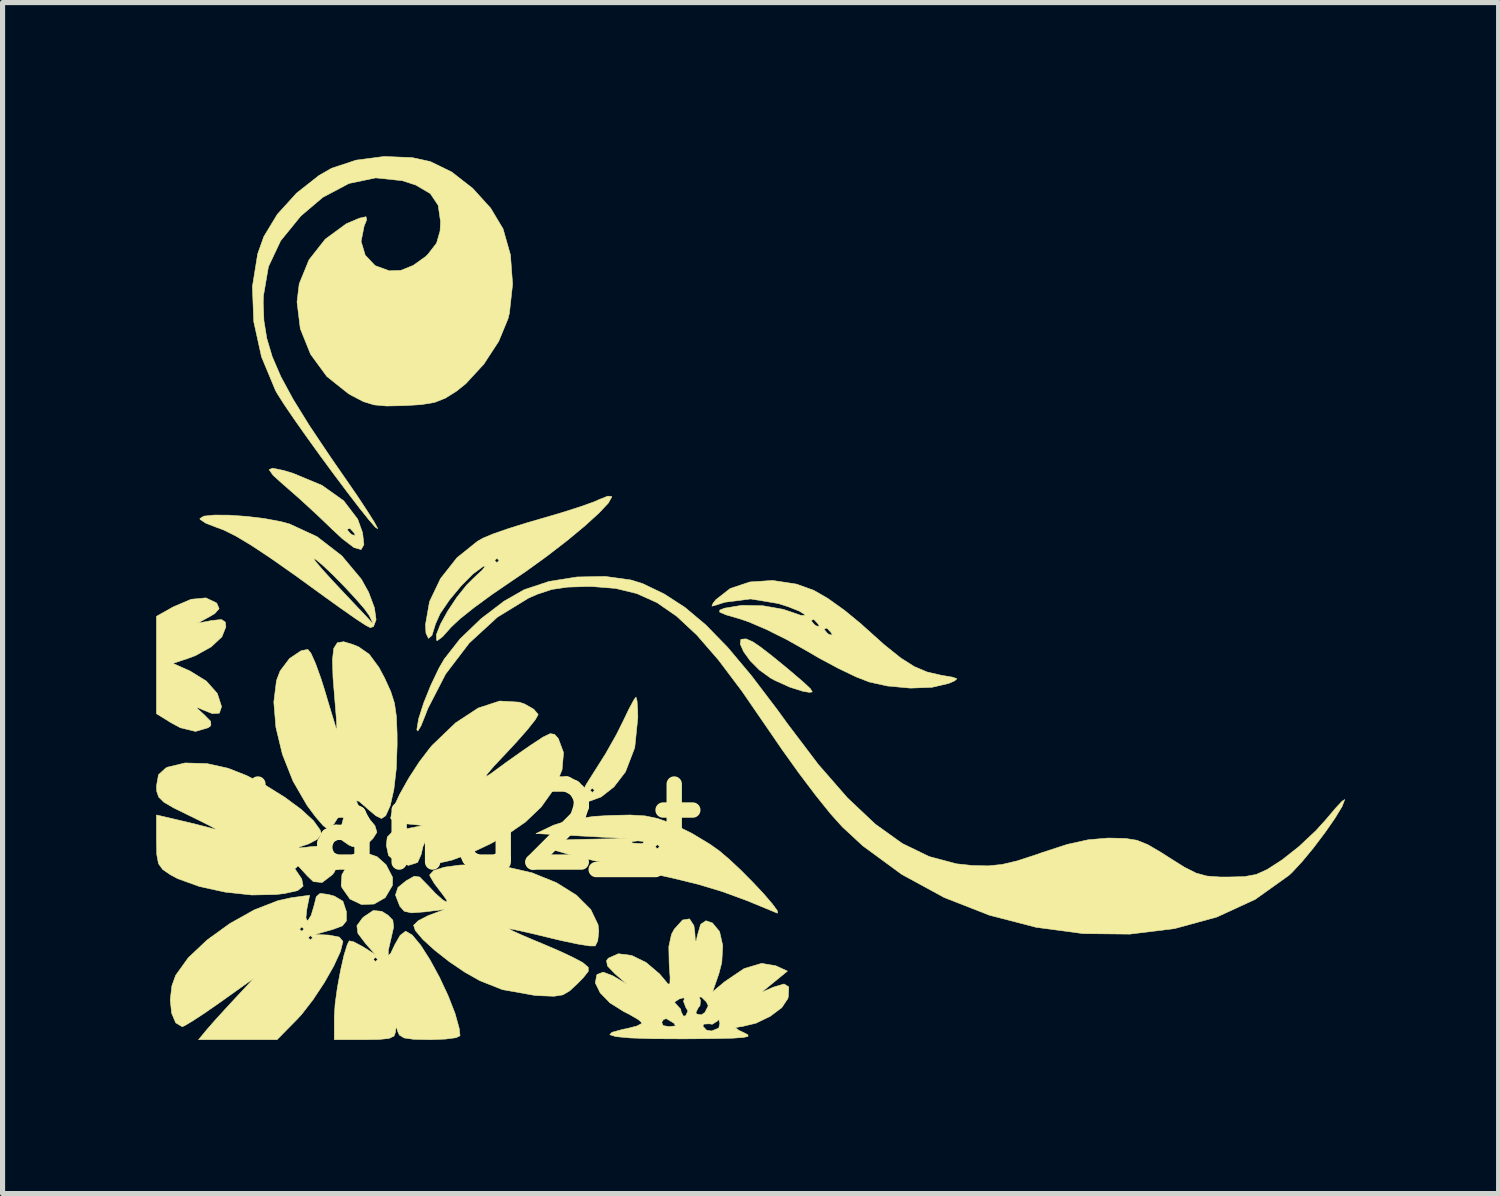
<source format=kicad_pcb>
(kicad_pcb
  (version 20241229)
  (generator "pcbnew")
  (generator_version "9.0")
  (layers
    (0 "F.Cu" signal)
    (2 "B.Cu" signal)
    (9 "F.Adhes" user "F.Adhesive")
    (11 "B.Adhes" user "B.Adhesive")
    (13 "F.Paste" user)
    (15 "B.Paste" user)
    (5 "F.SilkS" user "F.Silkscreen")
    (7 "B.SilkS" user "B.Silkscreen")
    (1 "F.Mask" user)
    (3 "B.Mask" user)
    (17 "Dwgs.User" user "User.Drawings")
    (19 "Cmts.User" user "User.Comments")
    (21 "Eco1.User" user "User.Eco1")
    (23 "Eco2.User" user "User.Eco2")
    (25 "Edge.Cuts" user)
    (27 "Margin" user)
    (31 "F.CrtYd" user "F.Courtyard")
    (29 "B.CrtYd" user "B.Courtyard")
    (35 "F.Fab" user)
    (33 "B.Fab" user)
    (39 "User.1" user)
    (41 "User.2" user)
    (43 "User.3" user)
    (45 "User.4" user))
  (footprint "hana2_t"
    (layer "F.Cu")
    (at 6.122 13.092)
    (property "Reference" "hana2_t" (at 0 0 0) (layer "F.SilkS") (effects (font (size 1.524 1.524) (thickness 0.3))))
    (attr through_hole)
    (fp_poly (pts (xy -2.339 1.411) (xy -2.496 1.188) (xy -2.511 1.143) (xy -2.496 0.934) (xy -2.37 0.721) (xy -2.179 0.563) (xy -2.01 0.516) (xy -1.81 0.584) (xy -1.634 0.741) (xy -1.507 0.987) (xy -1.509 1.143) (xy -1.651 1.384) (xy -1.869 1.509) (xy -2.114 1.518) (xy -2.339 1.411)) (stroke (width 0.01) (type solid)) (fill yes) (layer "F.SilkS"))
    (fp_poly (pts (xy 6.504 -2.645) (xy 6.246 -2.727) (xy 5.953 -2.86) (xy 5.869 -2.906) (xy 5.652 -3.063) (xy 5.473 -3.243) (xy 5.345 -3.421) (xy 5.281 -3.568) (xy 5.293 -3.66) (xy 5.394 -3.669) (xy 5.527 -3.611) (xy 5.668 -3.515) (xy 5.894 -3.341) (xy 6.164 -3.121) (xy 6.245 -3.053) (xy 6.507 -2.83) (xy 6.65 -2.696) (xy 6.688 -2.633) (xy 6.631 -2.624) (xy 6.504 -2.645)) (stroke (width 0.01) (type solid)) (fill yes) (layer "F.SilkS"))
    (fp_poly (pts (xy 2.167 -0.542) (xy 2.158 -0.551) (xy 2.176 -0.641) (xy 2.274 -0.828) (xy 2.429 -1.074) (xy 2.439 -1.089) (xy 2.655 -1.431) (xy 2.867 -1.807) (xy 2.99 -2.054) (xy 3.11 -2.303) (xy 3.203 -2.476) (xy 3.245 -2.532) (xy 3.266 -2.456) (xy 3.279 -2.263) (xy 3.281 -2.13) (xy 3.221 -1.544) (xy 3.04 -1.072) (xy 2.815 -0.779) (xy 2.73 -0.712) (xy 2.435 -0.712) (xy 2.392 -0.754) (xy 2.35 -0.712) (xy 2.392 -0.669) (xy 2.435 -0.712) (xy 2.73 -0.712) (xy 2.564 -0.582) (xy 2.337 -0.499) (xy 2.167 -0.542)) (stroke (width 0.01) (type solid)) (fill yes) (layer "F.SilkS"))
    (fp_poly (pts (xy -2.261 -5.451) (xy -2.492 -5.627) (xy -2.694 -5.816) (xy -3 -6.108) (xy -3.328 -6.409) (xy -3.609 -6.655) (xy -3.619 -6.663) (xy -3.839 -6.861) (xy -3.918 -6.972) (xy -3.851 -7.002) (xy -3.635 -6.957) (xy -3.45 -6.901) (xy -2.885 -6.666) (xy -2.462 -6.365) (xy -2.188 -6.006) (xy -2.094 -5.743) (xy -2.087 -5.689) (xy -2.236 -5.689) (xy -2.256 -5.736) (xy -2.341 -5.827) (xy -2.391 -5.809) (xy -2.391 -5.797) (xy -2.331 -5.725) (xy -2.294 -5.699) (xy -2.236 -5.689) (xy -2.087 -5.689) (xy -2.067 -5.509) (xy -2.121 -5.412) (xy -2.261 -5.451)) (stroke (width 0.01) (type solid)) (fill yes) (layer "F.SilkS"))
    (fp_poly (pts (xy -5.651 -1.933) (xy -5.832 -2.031) (xy -6.117 -2.207) (xy -6.117 -4.109) (xy -5.788 -4.294) (xy -5.44 -4.442) (xy -5.152 -4.469) (xy -4.95 -4.373) (xy -4.936 -4.358) (xy -4.894 -4.258) (xy -4.977 -4.164) (xy -5.074 -4.106) (xy -5.312 -3.976) (xy -5.037 -4.027) (xy -4.848 -4.047) (xy -4.773 -3.996) (xy -4.762 -3.903) (xy -4.839 -3.709) (xy -5.048 -3.513) (xy -5.352 -3.344) (xy -5.496 -3.289) (xy -5.796 -3.19) (xy -5.46 -3.04) (xy -5.143 -2.844) (xy -4.928 -2.602) (xy -4.847 -2.349) (xy -4.847 -2.344) (xy -4.889 -2.218) (xy -5.026 -2.209) (xy -5.212 -2.283) (xy -5.323 -2.332) (xy -5.312 -2.302) (xy -5.19 -2.192) (xy -5.059 -2.059) (xy -5.055 -1.976) (xy -5.105 -1.935) (xy -5.354 -1.861) (xy -5.651 -1.933)) (stroke (width 0.01) (type solid)) (fill yes) (layer "F.SilkS"))
    (fp_poly (pts (xy -2.035 -3.936) (xy -2.232 -4.065) (xy -2.505 -4.256) (xy -2.815 -4.478) (xy -3.409 -4.909) (xy -3.887 -5.245) (xy -4.268 -5.497) (xy -4.567 -5.676) (xy -4.802 -5.793) (xy -4.952 -5.849) (xy -5.154 -5.927) (xy -5.264 -6) (xy -5.27 -6.017) (xy -5.193 -6.065) (xy -4.989 -6.086) (xy -4.697 -6.084) (xy -4.356 -6.06) (xy -4.007 -6.018) (xy -3.688 -5.958) (xy -3.522 -5.914) (xy -2.982 -5.664) (xy -2.499 -5.291) (xy -2.117 -4.834) (xy -1.975 -4.579) (xy -1.861 -4.275) (xy -1.829 -4.042) (xy -1.856 -3.971) (xy -1.896 -3.971) (xy -1.902 -4.002) (xy -1.961 -4.122) (xy -2.056 -4.255) (xy -2.228 -4.453) (xy -2.442 -4.684) (xy -2.665 -4.911) (xy -2.865 -5.101) (xy -3.006 -5.219) (xy -3.05 -5.241) (xy -3.015 -5.185) (xy -2.886 -5.032) (xy -2.684 -4.809) (xy -2.514 -4.628) (xy -2.265 -4.364) (xy -2.061 -4.148) (xy -1.93 -4.008) (xy -1.896 -3.971) (xy -1.856 -3.971) (xy -1.88 -3.908) (xy -1.944 -3.888) (xy -2.035 -3.936)) (stroke (width 0.01) (type solid)) (fill yes) (layer "F.SilkS"))
    (fp_poly (pts (xy 5.991 1.681) (xy 5.417 1.444) (xy 4.929 1.265) (xy 4.461 1.124) (xy 3.949 0.999) (xy 3.799 0.966) (xy 3.019 0.796) (xy 2.4 0.655) (xy 1.936 0.54) (xy 1.62 0.448) (xy 1.446 0.377) (xy 1.41 0.324) (xy 1.505 0.287) (xy 1.725 0.262) (xy 2.064 0.248) (xy 2.185 0.245) (xy 3.07 0.229) (xy 1.292 0.133) (xy 1.63 -0.029) (xy 1.964 -0.137) (xy 2.429 -0.203) (xy 2.731 -0.221) (xy 3.13 -0.23) (xy 3.421 -0.213) (xy 3.667 -0.162) (xy 3.928 -0.068) (xy 3.985 -0.045) (xy 4.335 0.128) (xy 4.6 0.287) (xy 3.398 0.287) (xy 3.281 0.275) (xy 3.161 0.289) (xy 3.175 0.318) (xy 3.349 0.329) (xy 3.387 0.318) (xy 3.398 0.287) (xy 4.6 0.287) (xy 4.692 0.343) (xy 4.757 0.389) (xy 3.705 0.389) (xy 3.662 0.347) (xy 3.62 0.389) (xy 3.662 0.431) (xy 3.705 0.389) (xy 4.757 0.389) (xy 4.87 0.469) (xy 5.07 0.639) (xy 5.297 0.852) (xy 5.528 1.085) (xy 5.738 1.309) (xy 5.904 1.502) (xy 6.003 1.636) (xy 6.011 1.686) (xy 5.991 1.681)) (stroke (width 0.01) (type solid)) (fill yes) (layer "F.SilkS"))
    (fp_poly (pts (xy -0.648 -3.639) (xy -0.652 -3.752) (xy -0.572 -3.956) (xy -0.431 -4.211) (xy -0.253 -4.479) (xy -0.061 -4.72) (xy 0.074 -4.854) (xy 0.239 -5.007) (xy 0.305 -5.089) (xy 0.263 -5.084) (xy 0.063 -4.937) (xy -0.171 -4.701) (xy -0.398 -4.427) (xy -0.579 -4.162) (xy -0.671 -3.956) (xy -0.672 -3.951) (xy -0.739 -3.735) (xy -0.806 -3.678) (xy -0.855 -3.779) (xy -0.865 -3.945) (xy -0.786 -4.396) (xy -0.571 -4.846) (xy -0.25 -5.253) (xy 0.15 -5.574) (xy 0.263 -5.638) (xy 0.456 -5.718) (xy 0.764 -5.825) (xy 1.14 -5.942) (xy 1.409 -6.02) (xy 1.799 -6.134) (xy 2.152 -6.247) (xy 2.42 -6.342) (xy 2.531 -6.391) (xy 2.695 -6.456) (xy 2.772 -6.448) (xy 2.773 -6.442) (xy 2.707 -6.322) (xy 2.524 -6.127) (xy 2.248 -5.876) (xy 1.901 -5.588) (xy 1.508 -5.285) (xy 1.39 -5.199) (xy 0.572 -5.199) (xy 0.53 -5.241) (xy 0.487 -5.199) (xy 0.53 -5.157) (xy 0.572 -5.199) (xy 1.39 -5.199) (xy 1.092 -4.984) (xy 0.813 -4.795) (xy 0.431 -4.534) (xy 0.084 -4.28) (xy -0.194 -4.058) (xy -0.369 -3.894) (xy -0.389 -3.87) (xy -0.532 -3.71) (xy -0.63 -3.637) (xy -0.648 -3.639)) (stroke (width 0.01) (type solid)) (fill yes) (layer "F.SilkS"))
    (fp_poly (pts (xy -2.645 3.709) (xy -2.629 3.457) (xy -2.585 3.14) (xy -2.524 2.809) (xy -2.457 2.512) (xy -2.391 2.299) (xy -2.353 2.227) (xy -2.268 2.246) (xy -2.103 2.333) (xy -2.081 2.346) (xy -1.841 2.497) (xy -2.031 2.284) (xy -2.184 2.082) (xy -2.204 1.932) (xy -2.097 1.784) (xy -2.067 1.757) (xy -1.884 1.634) (xy -1.718 1.651) (xy -1.595 1.728) (xy -1.502 1.824) (xy -1.487 1.959) (xy -1.534 2.167) (xy -1.59 2.411) (xy -1.592 2.515) (xy -1.544 2.472) (xy -1.461 2.297) (xy -1.359 2.12) (xy -1.255 2.04) (xy -1.248 2.04) (xy -1.123 2.114) (xy -0.959 2.312) (xy -0.781 2.59) (xy -1.799 2.59) (xy -1.841 2.548) (xy -1.883 2.59) (xy -1.841 2.633) (xy -1.799 2.59) (xy -0.781 2.59) (xy -0.775 2.6) (xy -0.59 2.941) (xy -0.421 3.302) (xy -0.287 3.646) (xy -0.206 3.938) (xy -0.19 4.08) (xy -0.267 4.118) (xy -0.471 4.145) (xy -0.758 4.157) (xy -0.776 4.157) (xy -1.095 4.15) (xy -1.282 4.123) (xy -1.374 4.067) (xy -1.402 4.008) (xy -1.434 3.904) (xy -1.447 3.964) (xy -1.45 4.008) (xy -1.479 4.087) (xy -1.577 4.133) (xy -1.779 4.153) (xy -2.053 4.157) (xy -2.645 4.157) (xy -2.645 3.709)) (stroke (width 0.01) (type solid)) (fill yes) (layer "F.SilkS"))
    (fp_poly (pts (xy -1.423 0.698) (xy -1.587 0.561) (xy -1.629 0.359) (xy -1.611 0.201) (xy -1.527 0.114) (xy -1.329 0.057) (xy -1.27 0.045) (xy -0.91 -0.025) (xy -1.227 -0.056) (xy -1.431 -0.096) (xy -1.539 -0.156) (xy -1.545 -0.172) (xy -1.497 -0.357) (xy -1.37 -0.631) (xy -1.191 -0.95) (xy -0.983 -1.27) (xy -0.773 -1.545) (xy -0.733 -1.591) (xy -0.277 -2.029) (xy 0.164 -2.318) (xy 0.582 -2.455) (xy 0.966 -2.433) (xy 1.069 -2.398) (xy 1.248 -2.296) (xy 1.333 -2.197) (xy 1.334 -2.188) (xy 1.279 -2.09) (xy 1.129 -1.901) (xy 0.91 -1.652) (xy 0.72 -1.448) (xy 0.468 -1.18) (xy 0.335 -1.024) (xy 0.316 -0.978) (xy 0.41 -1.036) (xy 0.445 -1.062) (xy 0.719 -1.263) (xy 1.039 -1.489) (xy 1.199 -1.599) (xy 1.432 -1.752) (xy 1.57 -1.818) (xy 1.655 -1.805) (xy 1.727 -1.725) (xy 1.728 -1.724) (xy 1.831 -1.448) (xy 1.802 -1.113) (xy 1.653 -0.749) (xy 1.394 -0.386) (xy 1.087 -0.093) (xy 0.778 0.121) (xy 0.4 0.334) (xy 0.006 0.519) (xy -0.348 0.651) (xy -0.571 0.701) (xy -0.743 0.691) (xy -0.818 0.597) (xy -0.806 0.394) (xy -0.751 0.177) (xy -0.691 -0.034) (xy -0.818 0.177) (xy -0.914 0.385) (xy -0.949 0.54) (xy -1.019 0.697) (xy -1.193 0.753) (xy -1.423 0.698)) (stroke (width 0.01) (type solid)) (fill yes) (layer "F.SilkS"))
    (fp_poly (pts (xy -4.776 1.276) (xy -5.279 1.166) (xy -5.702 1.013) (xy -5.842 0.939) (xy -5.996 0.834) (xy -6.078 0.72) (xy -6.111 0.544) (xy -6.117 0.271) (xy -6.117 -0.231) (xy -5.63 -0.117) (xy -5.334 -0.046) (xy -5.084 0.018) (xy -4.974 0.05) (xy -4.966 0.041) (xy -5.089 -0.027) (xy -5.316 -0.141) (xy -5.46 -0.211) (xy -5.779 -0.367) (xy -5.974 -0.481) (xy -6.074 -0.58) (xy -6.112 -0.69) (xy -6.117 -0.795) (xy -6.078 -1.016) (xy -5.937 -1.146) (xy -5.901 -1.164) (xy -5.558 -1.246) (xy -5.132 -1.234) (xy -4.72 -1.143) (xy -4.359 -1.001) (xy -3.98 -0.805) (xy -3.615 -0.578) (xy -3.295 -0.342) (xy -3.052 -0.119) (xy -2.917 0.069) (xy -2.899 0.14) (xy -2.972 0.242) (xy -3.149 0.335) (xy -3.175 0.344) (xy -3.333 0.396) (xy -3.35 0.414) (xy -3.215 0.402) (xy -3.089 0.387) (xy -2.854 0.371) (xy -2.726 0.411) (xy -2.643 0.53) (xy -2.631 0.557) (xy -2.579 0.743) (xy -2.65 0.895) (xy -2.687 0.939) (xy -2.882 1.088) (xy -3.055 1.071) (xy -3.17 0.961) (xy -3.329 0.787) (xy -3.447 0.685) (xy -3.543 0.619) (xy -3.537 0.653) (xy -3.427 0.801) (xy -3.426 0.803) (xy -3.281 1.018) (xy -3.254 1.159) (xy -3.362 1.247) (xy -3.617 1.303) (xy -3.784 1.323) (xy -4.257 1.332) (xy -4.776 1.276)) (stroke (width 0.01) (type solid)) (fill yes) (layer "F.SilkS"))
    (fp_poly (pts (xy -5.138 3.966) (xy -4.996 3.803) (xy -4.787 3.573) (xy -4.596 3.366) (xy -4.212 2.955) (xy -4.877 3.429) (xy -5.17 3.633) (xy -5.413 3.792) (xy -5.573 3.887) (xy -5.615 3.903) (xy -5.741 3.829) (xy -5.821 3.639) (xy -5.848 3.381) (xy -5.816 3.105) (xy -5.743 2.901) (xy -5.497 2.558) (xy -5.129 2.211) (xy -4.684 1.889) (xy -4.207 1.622) (xy -3.741 1.441) (xy -3.484 1.385) (xy -3.127 1.337) (xy -3.181 1.608) (xy -3.199 1.777) (xy -3.171 1.838) (xy -3.163 1.834) (xy -3.096 1.727) (xy -3.039 1.534) (xy -2.996 1.363) (xy -2.922 1.3) (xy -2.765 1.321) (xy -2.645 1.353) (xy -2.477 1.453) (xy -2.409 1.657) (xy -2.408 1.668) (xy -2.409 1.839) (xy -2.487 1.935) (xy -2.657 1.998) (xy -3.238 1.998) (xy -3.28 1.955) (xy -3.323 1.998) (xy -3.28 2.04) (xy -3.238 1.998) (xy -2.657 1.998) (xy -2.683 2.007) (xy -2.705 2.013) (xy -3.026 2.103) (xy -2.751 2.114) (xy -2.548 2.154) (xy -2.537 2.167) (xy -3.069 2.167) (xy -3.111 2.125) (xy -3.153 2.167) (xy -3.111 2.209) (xy -3.069 2.167) (xy -2.537 2.167) (xy -2.476 2.238) (xy -2.525 2.435) (xy -2.656 2.719) (xy -2.842 3.046) (xy -3.059 3.374) (xy -3.279 3.659) (xy -3.373 3.761) (xy -3.763 4.157) (xy -5.296 4.157) (xy -5.138 3.966)) (stroke (width 0.01) (type solid)) (fill yes) (layer "F.SilkS"))
    (fp_poly (pts (xy -2.285 0.389) (xy -2.358 0.358) (xy -2.515 0.25) (xy -2.536 0.103) (xy -2.528 0.069) (xy -2.448 -0.238) (xy -2.415 -0.397) (xy -2.43 -0.419) (xy -2.492 -0.32) (xy -2.531 -0.246) (xy -2.65 -0.059) (xy -2.752 0.041) (xy -2.772 0.046) (xy -2.861 -0.021) (xy -3.009 -0.192) (xy -3.176 -0.416) (xy -3.452 -0.893) (xy -3.658 -1.414) (xy -3.785 -1.941) (xy -3.826 -2.435) (xy -3.774 -2.856) (xy -3.703 -3.042) (xy -3.52 -3.285) (xy -3.295 -3.436) (xy -3.162 -3.463) (xy -3.101 -3.388) (xy -3.01 -3.185) (xy -2.905 -2.892) (xy -2.851 -2.723) (xy -2.75 -2.386) (xy -2.666 -2.109) (xy -2.613 -1.933) (xy -2.602 -1.897) (xy -2.596 -1.931) (xy -2.604 -2.098) (xy -2.626 -2.365) (xy -2.629 -2.405) (xy -2.67 -2.907) (xy -2.681 -3.26) (xy -2.656 -3.483) (xy -2.585 -3.594) (xy -2.461 -3.613) (xy -2.277 -3.557) (xy -2.169 -3.512) (xy -1.964 -3.369) (xy -1.774 -3.112) (xy -1.661 -2.9) (xy -1.543 -2.641) (xy -1.47 -2.412) (xy -1.433 -2.156) (xy -1.419 -1.816) (xy -1.418 -1.601) (xy -1.435 -1.133) (xy -1.482 -0.728) (xy -1.553 -0.412) (xy -1.642 -0.215) (xy -1.724 -0.161) (xy -1.835 -0.216) (xy -1.995 -0.35) (xy -2.014 -0.369) (xy -2.163 -0.498) (xy -2.217 -0.508) (xy -2.177 -0.418) (xy -2.044 -0.249) (xy -2.01 -0.212) (xy -1.852 -0.022) (xy -1.813 0.107) (xy -1.891 0.23) (xy -1.968 0.305) (xy -2.123 0.406) (xy -2.285 0.389)) (stroke (width 0.01) (type solid)) (fill yes) (layer "F.SilkS"))
    (fp_poly (pts (xy 8.151 -2.749) (xy 7.798 -2.827) (xy 7.544 -2.926) (xy 7.201 -3.09) (xy 6.82 -3.294) (xy 6.577 -3.436) (xy 6.188 -3.655) (xy 5.789 -3.854) (xy 5.438 -4.004) (xy 5.271 -4.06) (xy 5.003 -4.138) (xy 4.88 -4.19) (xy 4.881 -4.23) (xy 4.975 -4.268) (xy 5.315 -4.324) (xy 5.725 -4.315) (xy 6.118 -4.246) (xy 6.281 -4.191) (xy 6.461 -4.129) (xy 6.542 -4.127) (xy 6.54 -4.143) (xy 6.437 -4.209) (xy 6.222 -4.295) (xy 6.022 -4.359) (xy 5.484 -4.448) (xy 4.98 -4.384) (xy 4.82 -4.332) (xy 4.727 -4.307) (xy 4.751 -4.366) (xy 4.805 -4.434) (xy 5.086 -4.653) (xy 5.469 -4.78) (xy 5.914 -4.809) (xy 6.379 -4.738) (xy 6.717 -4.616) (xy 6.988 -4.46) (xy 7.315 -4.227) (xy 7.634 -3.965) (xy 7.691 -3.913) (xy 7.693 -3.911) (xy 6.824 -3.911) (xy 6.803 -3.958) (xy 6.718 -4.049) (xy 6.669 -4.03) (xy 6.668 -4.019) (xy 6.728 -3.947) (xy 6.766 -3.921) (xy 6.824 -3.911) (xy 7.693 -3.911) (xy 7.882 -3.742) (xy 7.078 -3.742) (xy 7.057 -3.789) (xy 6.972 -3.88) (xy 6.923 -3.861) (xy 6.922 -3.849) (xy 6.982 -3.778) (xy 7.02 -3.752) (xy 7.078 -3.742) (xy 7.882 -3.742) (xy 8.093 -3.553) (xy 8.412 -3.297) (xy 8.68 -3.127) (xy 8.928 -3.022) (xy 9.188 -2.962) (xy 9.189 -2.961) (xy 9.425 -2.921) (xy 9.511 -2.89) (xy 9.466 -2.849) (xy 9.351 -2.799) (xy 9.024 -2.723) (xy 8.603 -2.707) (xy 8.151 -2.749)) (stroke (width 0.01) (type solid)) (fill yes) (layer "F.SilkS"))
    (fp_poly (pts (xy 1.38 3.299) (xy 1.266 3.292) (xy 0.635 3.179) (xy 0.198 3.006) (xy -0.096 2.84) (xy -0.401 2.633) (xy -0.685 2.41) (xy -0.916 2.2) (xy -1.063 2.026) (xy -1.097 1.923) (xy -1.004 1.833) (xy -0.814 1.735) (xy -0.776 1.721) (xy -0.486 1.613) (xy -0.883 1.662) (xy -1.136 1.681) (xy -1.278 1.65) (xy -1.362 1.556) (xy -1.37 1.542) (xy -1.451 1.332) (xy -1.402 1.184) (xy -1.242 1.054) (xy -1.084 0.965) (xy -0.978 0.981) (xy -0.846 1.115) (xy -0.839 1.122) (xy -0.668 1.303) (xy -0.531 1.425) (xy -0.45 1.473) (xy -0.448 1.434) (xy -0.548 1.295) (xy -0.551 1.293) (xy -0.694 1.104) (xy -0.775 0.966) (xy -0.783 0.939) (xy -0.705 0.854) (xy -0.496 0.789) (xy -0.195 0.748) (xy 0.161 0.736) (xy 0.533 0.757) (xy 0.676 0.775) (xy 1.216 0.899) (xy 1.693 1.092) (xy 2.083 1.336) (xy 2.362 1.615) (xy 2.505 1.913) (xy 2.519 2.038) (xy 2.498 2.229) (xy 2.449 2.327) (xy 2.342 2.327) (xy 2.11 2.29) (xy 1.793 2.223) (xy 1.582 2.173) (xy 1.24 2.09) (xy 0.967 2.028) (xy 0.799 1.994) (xy 0.764 1.992) (xy 0.828 2.029) (xy 1.013 2.113) (xy 1.286 2.229) (xy 1.403 2.277) (xy 1.73 2.417) (xy 2.01 2.548) (xy 2.196 2.646) (xy 2.222 2.664) (xy 2.313 2.744) (xy 2.314 2.823) (xy 2.215 2.948) (xy 2.108 3.057) (xy 1.952 3.203) (xy 1.817 3.282) (xy 1.645 3.309) (xy 1.38 3.299)) (stroke (width 0.01) (type solid)) (fill yes) (layer "F.SilkS"))
    (fp_poly (pts (xy -1.844 -5.849) (xy -1.97 -5.994) (xy -2.158 -6.229) (xy -2.391 -6.533) (xy -2.652 -6.881) (xy -2.923 -7.249) (xy -3.186 -7.614) (xy -3.424 -7.952) (xy -3.621 -8.241) (xy -3.757 -8.455) (xy -3.792 -8.516) (xy -4.066 -9.174) (xy -4.218 -9.863) (xy -4.244 -10.547) (xy -4.141 -11.186) (xy -4.021 -11.523) (xy -3.758 -11.957) (xy -3.381 -12.372) (xy -2.943 -12.717) (xy -2.698 -12.857) (xy -2.221 -13.015) (xy -1.672 -13.087) (xy -1.125 -13.065) (xy -0.771 -12.988) (xy -0.354 -12.785) (xy 0.056 -12.466) (xy 0.408 -12.078) (xy 0.65 -11.674) (xy 0.794 -11.167) (xy 0.836 -10.594) (xy 0.774 -10.029) (xy 0.747 -9.919) (xy 0.565 -9.478) (xy 0.275 -9.033) (xy -0.077 -8.651) (xy -0.26 -8.504) (xy -0.479 -8.367) (xy -0.688 -8.285) (xy -0.948 -8.242) (xy -1.276 -8.222) (xy -1.625 -8.215) (xy -1.869 -8.237) (xy -2.075 -8.3) (xy -2.306 -8.42) (xy -2.369 -8.456) (xy -2.79 -8.791) (xy -3.109 -9.227) (xy -3.309 -9.725) (xy -3.373 -10.247) (xy -3.33 -10.601) (xy -3.139 -11.069) (xy -2.821 -11.473) (xy -2.412 -11.773) (xy -2.156 -11.882) (xy -2.026 -11.911) (xy -2.013 -11.85) (xy -2.062 -11.731) (xy -2.122 -11.429) (xy -2.041 -11.159) (xy -1.848 -10.956) (xy -1.572 -10.855) (xy -1.348 -10.863) (xy -1.105 -10.96) (xy -0.862 -11.133) (xy -0.819 -11.175) (xy -0.649 -11.394) (xy -0.58 -11.632) (xy -0.571 -11.816) (xy -0.617 -12.133) (xy -0.77 -12.362) (xy -1.054 -12.529) (xy -1.316 -12.614) (xy -1.837 -12.669) (xy -2.359 -12.56) (xy -2.87 -12.289) (xy -3.299 -11.925) (xy -3.692 -11.442) (xy -3.931 -10.935) (xy -4.028 -10.369) (xy -4.033 -10.237) (xy -4.019 -9.88) (xy -3.963 -9.535) (xy -3.857 -9.179) (xy -3.689 -8.789) (xy -3.449 -8.346) (xy -3.128 -7.827) (xy -2.715 -7.211) (xy -2.443 -6.818) (xy -2.204 -6.472) (xy -2.006 -6.172) (xy -1.865 -5.949) (xy -1.801 -5.829) (xy -1.799 -5.82) (xy -1.844 -5.849)) (stroke (width 0.01) (type solid)) (fill yes) (layer "F.SilkS"))
    (fp_poly (pts (xy 11.977 2.086) (xy 11.057 1.963) (xy 10.146 1.727) (xy 9.264 1.382) (xy 8.433 0.929) (xy 7.672 0.371) (xy 7.273 0.001) (xy 7.047 -0.25) (xy 6.758 -0.609) (xy 6.432 -1.04) (xy 6.097 -1.508) (xy 5.833 -1.893) (xy 5.316 -2.645) (xy 4.856 -3.256) (xy 4.436 -3.74) (xy 4.041 -4.109) (xy 3.655 -4.376) (xy 3.262 -4.553) (xy 2.846 -4.654) (xy 2.391 -4.69) (xy 2.308 -4.691) (xy 1.908 -4.679) (xy 1.603 -4.634) (xy 1.319 -4.54) (xy 1.146 -4.464) (xy 0.54 -4.093) (xy -0.009 -3.589) (xy -0.471 -2.983) (xy -0.818 -2.31) (xy -0.868 -2.181) (xy -0.953 -1.969) (xy -1.014 -1.87) (xy -1.034 -1.897) (xy -0.998 -2.11) (xy -0.9 -2.417) (xy -0.761 -2.762) (xy -0.603 -3.093) (xy -0.497 -3.276) (xy -0.19 -3.668) (xy 0.219 -4.061) (xy 0.67 -4.405) (xy 1.062 -4.629) (xy 1.542 -4.789) (xy 2.09 -4.877) (xy 2.644 -4.888) (xy 3.145 -4.819) (xy 3.374 -4.748) (xy 3.795 -4.546) (xy 4.201 -4.283) (xy 4.608 -3.941) (xy 5.034 -3.504) (xy 5.496 -2.954) (xy 6.011 -2.276) (xy 6.196 -2.02) (xy 6.806 -1.215) (xy 7.375 -0.563) (xy 7.917 -0.052) (xy 8.444 0.326) (xy 8.969 0.581) (xy 9.503 0.723) (xy 9.81 0.756) (xy 10.117 0.763) (xy 10.39 0.736) (xy 10.687 0.666) (xy 11.067 0.542) (xy 11.17 0.505) (xy 11.665 0.344) (xy 12.072 0.254) (xy 12.451 0.221) (xy 12.514 0.221) (xy 12.803 0.228) (xy 13.024 0.263) (xy 13.234 0.347) (xy 13.494 0.499) (xy 13.653 0.601) (xy 13.957 0.792) (xy 14.183 0.905) (xy 14.392 0.962) (xy 14.642 0.98) (xy 14.806 0.981) (xy 15.124 0.973) (xy 15.354 0.931) (xy 15.569 0.834) (xy 15.84 0.659) (xy 15.864 0.643) (xy 16.189 0.386) (xy 16.52 0.076) (xy 16.718 -0.143) (xy 16.898 -0.357) (xy 17.028 -0.496) (xy 17.082 -0.532) (xy 17.082 -0.53) (xy 17.031 -0.396) (xy 16.895 -0.171) (xy 16.702 0.107) (xy 16.48 0.402) (xy 16.254 0.676) (xy 16.054 0.892) (xy 15.996 0.946) (xy 15.338 1.416) (xy 14.587 1.762) (xy 13.762 1.988) (xy 12.886 2.096) (xy 11.977 2.086)) (stroke (width 0.01) (type solid)) (fill yes) (layer "F.SilkS"))
    (fp_poly (pts (xy 3.562 4.138) (xy 3.13 4.123) (xy 2.852 4.097) (xy 2.733 4.06) (xy 2.776 4.013) (xy 2.984 3.956) (xy 3.073 3.939) (xy 3.266 3.889) (xy 3.361 3.837) (xy 3.363 3.83) (xy 3.292 3.765) (xy 3.114 3.662) (xy 3.003 3.606) (xy 2.739 3.44) (xy 2.546 3.243) (xy 2.451 3.049) (xy 2.478 2.895) (xy 2.49 2.882) (xy 2.606 2.838) (xy 2.788 2.907) (xy 2.828 2.93) (xy 3.07 3.074) (xy 2.836 2.871) (xy 2.689 2.719) (xy 2.67 2.614) (xy 2.705 2.566) (xy 2.901 2.479) (xy 3.16 2.512) (xy 3.442 2.649) (xy 3.707 2.874) (xy 3.794 2.978) (xy 3.871 3.07) (xy 3.907 3.066) (xy 3.911 2.94) (xy 3.893 2.686) (xy 3.886 2.339) (xy 3.939 2.098) (xy 3.993 1.999) (xy 4.155 1.82) (xy 4.29 1.798) (xy 4.376 1.929) (xy 4.394 2.061) (xy 4.404 2.226) (xy 4.421 2.23) (xy 4.443 2.125) (xy 4.508 1.904) (xy 4.611 1.835) (xy 4.738 1.878) (xy 4.877 2.046) (xy 4.939 2.32) (xy 4.92 2.652) (xy 4.864 2.867) (xy 4.741 3.223) (xy 4.974 3.027) (xy 5.355 2.769) (xy 5.697 2.667) (xy 5.973 2.713) (xy 6.202 2.818) (xy 5.948 3.026) (xy 5.694 3.233) (xy 5.928 3.131) (xy 6.136 3.069) (xy 6.229 3.127) (xy 6.219 3.316) (xy 6.21 3.354) (xy 6.116 3.495) (xy 4.656 3.495) (xy 4.617 3.416) (xy 4.52 3.323) (xy 4.478 3.325) (xy 4.505 3.389) (xy 4.494 3.497) (xy 4.467 3.522) (xy 4.43 3.596) (xy 4.259 3.596) (xy 4.218 3.528) (xy 4.172 3.405) (xy 4.19 3.361) (xy 4.175 3.338) (xy 4.087 3.363) (xy 3.996 3.425) (xy 4.026 3.46) (xy 4.118 3.562) (xy 4.128 3.618) (xy 4.173 3.699) (xy 4.217 3.688) (xy 4.259 3.596) (xy 4.43 3.596) (xy 4.416 3.623) (xy 4.427 3.654) (xy 4.519 3.673) (xy 4.59 3.627) (xy 4.656 3.495) (xy 6.116 3.495) (xy 6.094 3.529) (xy 5.867 3.7) (xy 5.585 3.836) (xy 5.571 3.839) (xy 4.883 3.839) (xy 4.861 3.761) (xy 4.836 3.792) (xy 4.735 3.856) (xy 4.673 3.847) (xy 4.568 3.853) (xy 4.554 3.888) (xy 4.017 3.888) (xy 3.99 3.839) (xy 3.959 3.818) (xy 3.838 3.746) (xy 3.783 3.762) (xy 3.747 3.818) (xy 3.775 3.882) (xy 3.89 3.901) (xy 4.017 3.888) (xy 4.554 3.888) (xy 4.551 3.894) (xy 4.622 3.97) (xy 4.721 3.987) (xy 4.861 3.93) (xy 4.883 3.839) (xy 5.571 3.839) (xy 5.304 3.903) (xy 5.271 3.905) (xy 5.188 3.922) (xy 5.251 3.973) (xy 5.356 4.022) (xy 5.431 4.062) (xy 5.433 4.092) (xy 5.344 4.113) (xy 5.147 4.127) (xy 4.823 4.135) (xy 4.353 4.14) (xy 4.147 4.141) (xy 3.562 4.138)) (stroke (width 0.01) (type solid)) (fill yes) (layer "F.SilkS")))
  (gr_rect
    (start -3 -3)
    (end 26.209 20.253)
    (stroke (width 0.1) (type default))
    (fill no)
    (layer "Edge.Cuts")))
</source>
